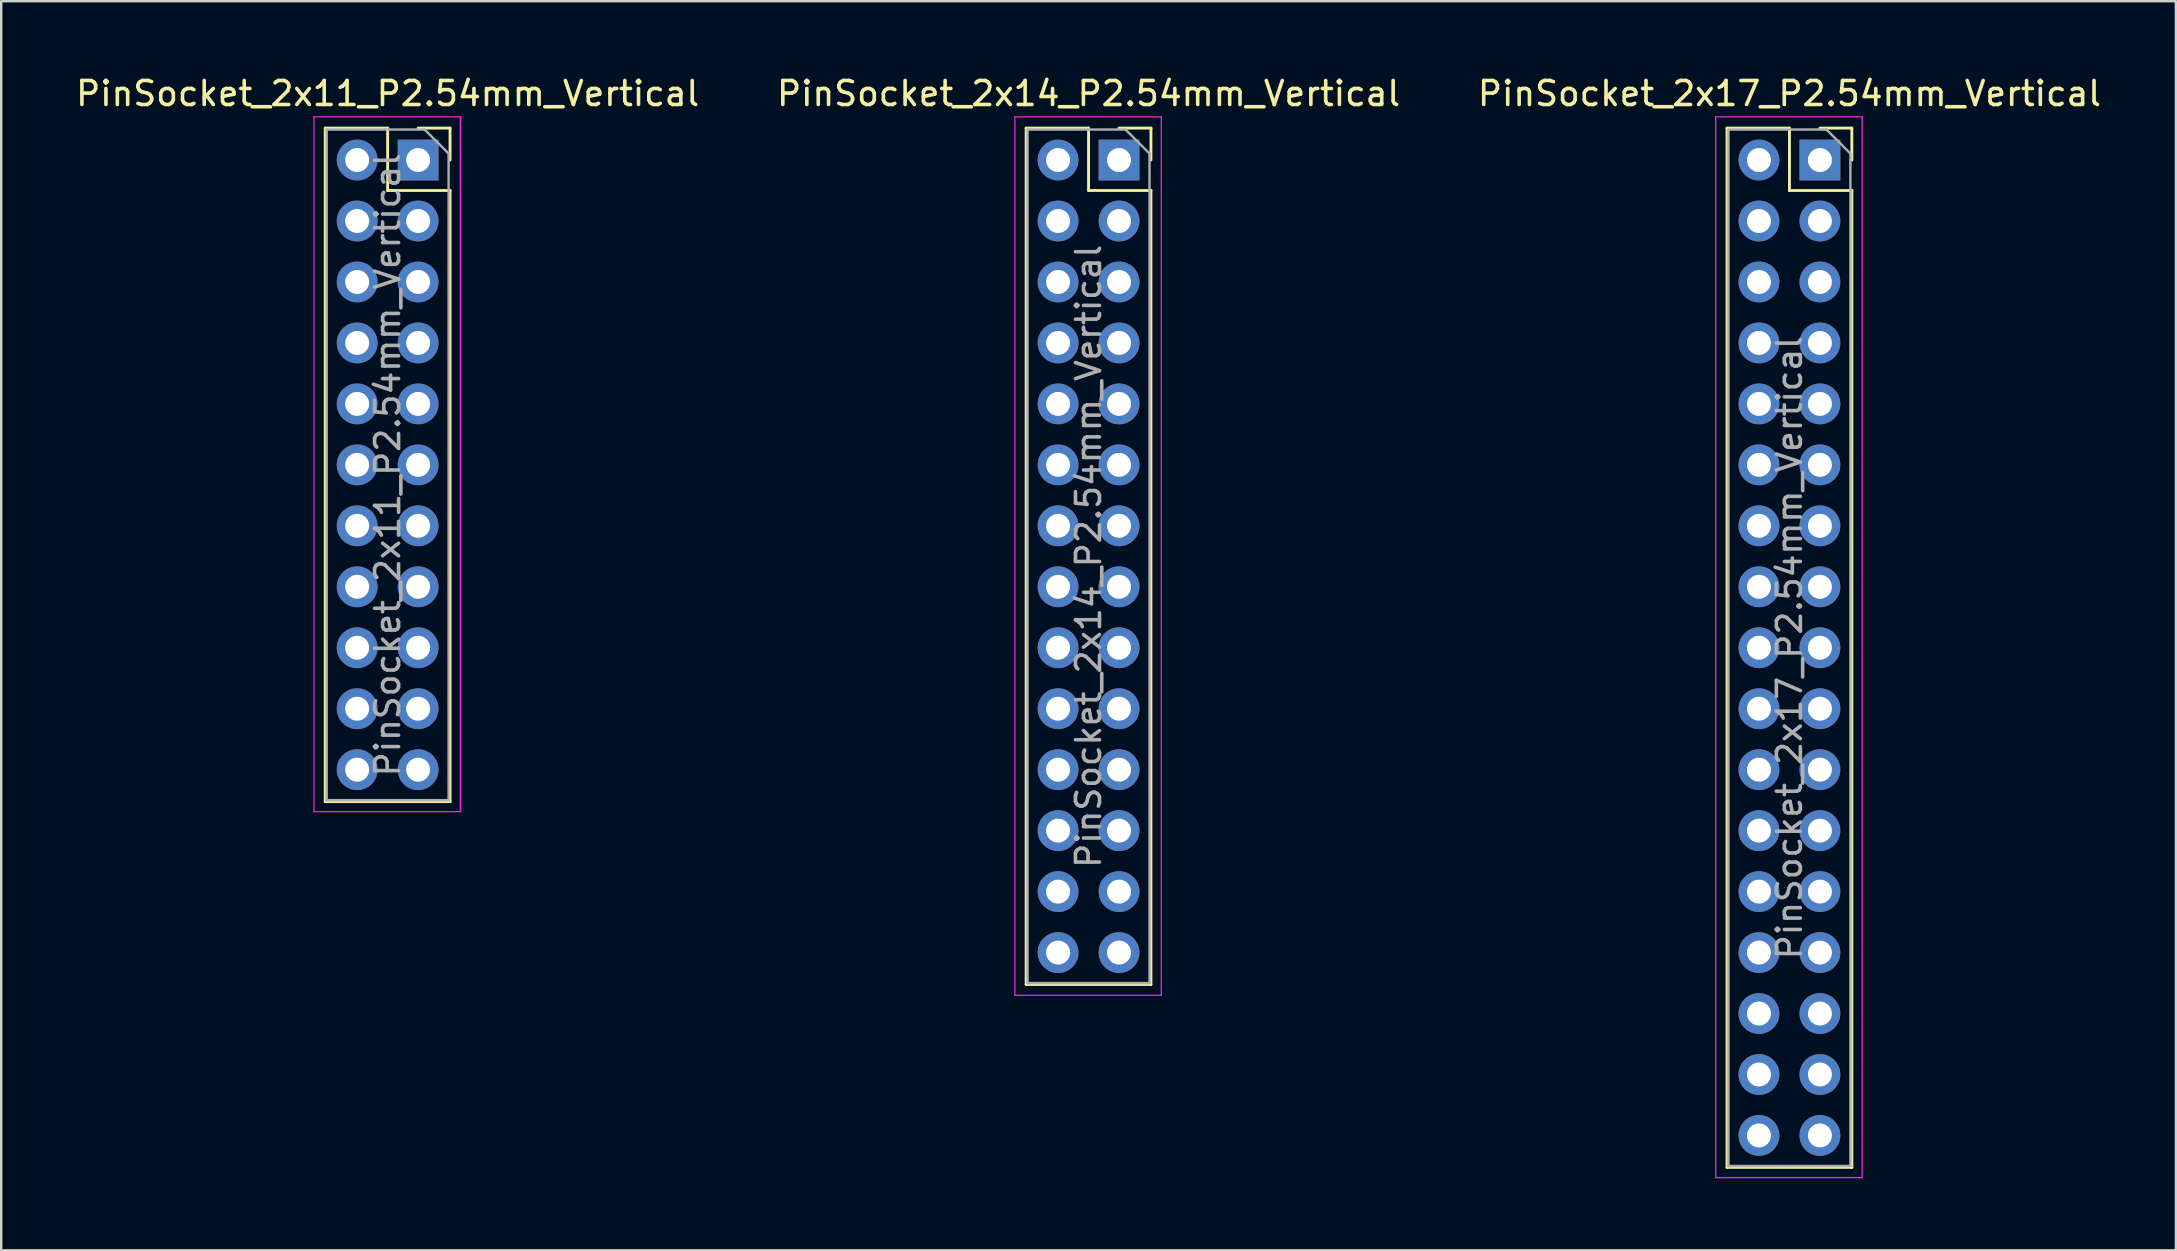
<source format=kicad_pcb>
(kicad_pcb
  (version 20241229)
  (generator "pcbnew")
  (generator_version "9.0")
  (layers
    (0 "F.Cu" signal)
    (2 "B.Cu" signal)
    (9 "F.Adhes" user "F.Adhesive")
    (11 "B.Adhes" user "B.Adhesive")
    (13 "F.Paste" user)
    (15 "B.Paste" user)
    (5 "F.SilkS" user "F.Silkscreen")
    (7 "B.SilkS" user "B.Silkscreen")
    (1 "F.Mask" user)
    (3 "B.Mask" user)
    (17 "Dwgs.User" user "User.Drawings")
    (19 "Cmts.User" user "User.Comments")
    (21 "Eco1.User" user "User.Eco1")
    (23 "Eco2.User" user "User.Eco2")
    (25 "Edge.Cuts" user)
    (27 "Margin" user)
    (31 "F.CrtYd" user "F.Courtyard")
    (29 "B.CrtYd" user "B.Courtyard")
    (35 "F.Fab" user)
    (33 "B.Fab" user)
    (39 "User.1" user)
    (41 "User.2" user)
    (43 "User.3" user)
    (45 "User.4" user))
  (footprint "PinSocket_2x17_P2.54mm_Vertical"
    (layer "F.Cu")
    (at 72.776 3.618)
    (property "Reference" "PinSocket_2x17_P2.54mm_Vertical" (at -1.27 -2.77 0) (layer "F.SilkS") (effects (font (size 1 1) (thickness 0.15))))
    (attr through_hole)
    (fp_line (start -3.87 -1.33) (end -3.87 41.97) (stroke (width 0.12) (type solid)) (layer "F.SilkS"))
    (fp_line (start -3.87 -1.33) (end -1.27 -1.33) (stroke (width 0.12) (type solid)) (layer "F.SilkS"))
    (fp_line (start -3.87 41.97) (end 1.33 41.97) (stroke (width 0.12) (type solid)) (layer "F.SilkS"))
    (fp_line (start -1.27 -1.33) (end -1.27 1.27) (stroke (width 0.12) (type solid)) (layer "F.SilkS"))
    (fp_line (start -1.27 1.27) (end 1.33 1.27) (stroke (width 0.12) (type solid)) (layer "F.SilkS"))
    (fp_line (start 0 -1.33) (end 1.33 -1.33) (stroke (width 0.12) (type solid)) (layer "F.SilkS"))
    (fp_line (start 1.33 -1.33) (end 1.33 0) (stroke (width 0.12) (type solid)) (layer "F.SilkS"))
    (fp_line (start 1.33 1.27) (end 1.33 41.97) (stroke (width 0.12) (type solid)) (layer "F.SilkS"))
    (fp_line (start -4.34 -1.8) (end 1.76 -1.8) (stroke (width 0.05) (type solid)) (layer "F.CrtYd"))
    (fp_line (start -4.34 42.4) (end -4.34 -1.8) (stroke (width 0.05) (type solid)) (layer "F.CrtYd"))
    (fp_line (start 1.76 -1.8) (end 1.76 42.4) (stroke (width 0.05) (type solid)) (layer "F.CrtYd"))
    (fp_line (start 1.76 42.4) (end -4.34 42.4) (stroke (width 0.05) (type solid)) (layer "F.CrtYd"))
    (fp_line (start -3.81 -1.27) (end 0.27 -1.27) (stroke (width 0.1) (type solid)) (layer "F.Fab"))
    (fp_line (start -3.81 41.91) (end -3.81 -1.27) (stroke (width 0.1) (type solid)) (layer "F.Fab"))
    (fp_line (start 0.27 -1.27) (end 1.27 -0.27) (stroke (width 0.1) (type solid)) (layer "F.Fab"))
    (fp_line (start 1.27 -0.27) (end 1.27 41.91) (stroke (width 0.1) (type solid)) (layer "F.Fab"))
    (fp_line (start 1.27 41.91) (end -3.81 41.91) (stroke (width 0.1) (type solid)) (layer "F.Fab"))
    (fp_text user "${REFERENCE}" (at -1.27 20.32 90) (layer "F.Fab") (effects (font (size 1 1) (thickness 0.15))))
    (pad "1" thru_hole rect (at 0 0) (size 1.7 1.7) (drill 1) (layers "*.Cu" "*.Mask"))
    (pad "2" thru_hole oval (at -2.54 0) (size 1.7 1.7) (drill 1) (layers "*.Cu" "*.Mask"))
    (pad "3" thru_hole oval (at 0 2.54) (size 1.7 1.7) (drill 1) (layers "*.Cu" "*.Mask"))
    (pad "4" thru_hole oval (at -2.54 2.54) (size 1.7 1.7) (drill 1) (layers "*.Cu" "*.Mask"))
    (pad "5" thru_hole oval (at 0 5.08) (size 1.7 1.7) (drill 1) (layers "*.Cu" "*.Mask"))
    (pad "6" thru_hole oval (at -2.54 5.08) (size 1.7 1.7) (drill 1) (layers "*.Cu" "*.Mask"))
    (pad "7" thru_hole oval (at 0 7.62) (size 1.7 1.7) (drill 1) (layers "*.Cu" "*.Mask"))
    (pad "8" thru_hole oval (at -2.54 7.62) (size 1.7 1.7) (drill 1) (layers "*.Cu" "*.Mask"))
    (pad "9" thru_hole oval (at 0 10.16) (size 1.7 1.7) (drill 1) (layers "*.Cu" "*.Mask"))
    (pad "10" thru_hole oval (at -2.54 10.16) (size 1.7 1.7) (drill 1) (layers "*.Cu" "*.Mask"))
    (pad "11" thru_hole oval (at 0 12.7) (size 1.7 1.7) (drill 1) (layers "*.Cu" "*.Mask"))
    (pad "12" thru_hole oval (at -2.54 12.7) (size 1.7 1.7) (drill 1) (layers "*.Cu" "*.Mask"))
    (pad "13" thru_hole oval (at 0 15.24) (size 1.7 1.7) (drill 1) (layers "*.Cu" "*.Mask"))
    (pad "14" thru_hole oval (at -2.54 15.24) (size 1.7 1.7) (drill 1) (layers "*.Cu" "*.Mask"))
    (pad "15" thru_hole oval (at 0 17.78) (size 1.7 1.7) (drill 1) (layers "*.Cu" "*.Mask"))
    (pad "16" thru_hole oval (at -2.54 17.78) (size 1.7 1.7) (drill 1) (layers "*.Cu" "*.Mask"))
    (pad "17" thru_hole oval (at 0 20.32) (size 1.7 1.7) (drill 1) (layers "*.Cu" "*.Mask"))
    (pad "18" thru_hole oval (at -2.54 20.32) (size 1.7 1.7) (drill 1) (layers "*.Cu" "*.Mask"))
    (pad "19" thru_hole oval (at 0 22.86) (size 1.7 1.7) (drill 1) (layers "*.Cu" "*.Mask"))
    (pad "20" thru_hole oval (at -2.54 22.86) (size 1.7 1.7) (drill 1) (layers "*.Cu" "*.Mask"))
    (pad "21" thru_hole oval (at 0 25.4) (size 1.7 1.7) (drill 1) (layers "*.Cu" "*.Mask"))
    (pad "22" thru_hole oval (at -2.54 25.4) (size 1.7 1.7) (drill 1) (layers "*.Cu" "*.Mask"))
    (pad "23" thru_hole oval (at 0 27.94) (size 1.7 1.7) (drill 1) (layers "*.Cu" "*.Mask"))
    (pad "24" thru_hole oval (at -2.54 27.94) (size 1.7 1.7) (drill 1) (layers "*.Cu" "*.Mask"))
    (pad "25" thru_hole oval (at 0 30.48) (size 1.7 1.7) (drill 1) (layers "*.Cu" "*.Mask"))
    (pad "26" thru_hole oval (at -2.54 30.48) (size 1.7 1.7) (drill 1) (layers "*.Cu" "*.Mask"))
    (pad "27" thru_hole oval (at 0 33.02) (size 1.7 1.7) (drill 1) (layers "*.Cu" "*.Mask"))
    (pad "28" thru_hole oval (at -2.54 33.02) (size 1.7 1.7) (drill 1) (layers "*.Cu" "*.Mask"))
    (pad "29" thru_hole oval (at 0 35.56) (size 1.7 1.7) (drill 1) (layers "*.Cu" "*.Mask"))
    (pad "30" thru_hole oval (at -2.54 35.56) (size 1.7 1.7) (drill 1) (layers "*.Cu" "*.Mask"))
    (pad "31" thru_hole oval (at 0 38.1) (size 1.7 1.7) (drill 1) (layers "*.Cu" "*.Mask"))
    (pad "32" thru_hole oval (at -2.54 38.1) (size 1.7 1.7) (drill 1) (layers "*.Cu" "*.Mask"))
    (pad "33" thru_hole oval (at 0 40.64) (size 1.7 1.7) (drill 1) (layers "*.Cu" "*.Mask"))
    (pad "34" thru_hole oval (at -2.54 40.64) (size 1.7 1.7) (drill 1) (layers "*.Cu" "*.Mask")))
  (footprint "PinSocket_2x14_P2.54mm_Vertical"
    (layer "F.Cu")
    (at 43.574 3.618)
    (property "Reference" "PinSocket_2x14_P2.54mm_Vertical" (at -1.27 -2.77 0) (layer "F.SilkS") (effects (font (size 1 1) (thickness 0.15))))
    (attr through_hole)
    (fp_line (start -3.87 -1.33) (end -3.87 34.35) (stroke (width 0.12) (type solid)) (layer "F.SilkS"))
    (fp_line (start -3.87 -1.33) (end -1.27 -1.33) (stroke (width 0.12) (type solid)) (layer "F.SilkS"))
    (fp_line (start -3.87 34.35) (end 1.33 34.35) (stroke (width 0.12) (type solid)) (layer "F.SilkS"))
    (fp_line (start -1.27 -1.33) (end -1.27 1.27) (stroke (width 0.12) (type solid)) (layer "F.SilkS"))
    (fp_line (start -1.27 1.27) (end 1.33 1.27) (stroke (width 0.12) (type solid)) (layer "F.SilkS"))
    (fp_line (start 0 -1.33) (end 1.33 -1.33) (stroke (width 0.12) (type solid)) (layer "F.SilkS"))
    (fp_line (start 1.33 -1.33) (end 1.33 0) (stroke (width 0.12) (type solid)) (layer "F.SilkS"))
    (fp_line (start 1.33 1.27) (end 1.33 34.35) (stroke (width 0.12) (type solid)) (layer "F.SilkS"))
    (fp_line (start -4.34 -1.8) (end 1.76 -1.8) (stroke (width 0.05) (type solid)) (layer "F.CrtYd"))
    (fp_line (start -4.34 34.8) (end -4.34 -1.8) (stroke (width 0.05) (type solid)) (layer "F.CrtYd"))
    (fp_line (start 1.76 -1.8) (end 1.76 34.8) (stroke (width 0.05) (type solid)) (layer "F.CrtYd"))
    (fp_line (start 1.76 34.8) (end -4.34 34.8) (stroke (width 0.05) (type solid)) (layer "F.CrtYd"))
    (fp_line (start -3.81 -1.27) (end 0.27 -1.27) (stroke (width 0.1) (type solid)) (layer "F.Fab"))
    (fp_line (start -3.81 34.29) (end -3.81 -1.27) (stroke (width 0.1) (type solid)) (layer "F.Fab"))
    (fp_line (start 0.27 -1.27) (end 1.27 -0.27) (stroke (width 0.1) (type solid)) (layer "F.Fab"))
    (fp_line (start 1.27 -0.27) (end 1.27 34.29) (stroke (width 0.1) (type solid)) (layer "F.Fab"))
    (fp_line (start 1.27 34.29) (end -3.81 34.29) (stroke (width 0.1) (type solid)) (layer "F.Fab"))
    (fp_text user "${REFERENCE}" (at -1.27 16.51 90) (layer "F.Fab") (effects (font (size 1 1) (thickness 0.15))))
    (pad "1" thru_hole rect (at 0 0) (size 1.7 1.7) (drill 1) (layers "*.Cu" "*.Mask"))
    (pad "2" thru_hole oval (at -2.54 0) (size 1.7 1.7) (drill 1) (layers "*.Cu" "*.Mask"))
    (pad "3" thru_hole oval (at 0 2.54) (size 1.7 1.7) (drill 1) (layers "*.Cu" "*.Mask"))
    (pad "4" thru_hole oval (at -2.54 2.54) (size 1.7 1.7) (drill 1) (layers "*.Cu" "*.Mask"))
    (pad "5" thru_hole oval (at 0 5.08) (size 1.7 1.7) (drill 1) (layers "*.Cu" "*.Mask"))
    (pad "6" thru_hole oval (at -2.54 5.08) (size 1.7 1.7) (drill 1) (layers "*.Cu" "*.Mask"))
    (pad "7" thru_hole oval (at 0 7.62) (size 1.7 1.7) (drill 1) (layers "*.Cu" "*.Mask"))
    (pad "8" thru_hole oval (at -2.54 7.62) (size 1.7 1.7) (drill 1) (layers "*.Cu" "*.Mask"))
    (pad "9" thru_hole oval (at 0 10.16) (size 1.7 1.7) (drill 1) (layers "*.Cu" "*.Mask"))
    (pad "10" thru_hole oval (at -2.54 10.16) (size 1.7 1.7) (drill 1) (layers "*.Cu" "*.Mask"))
    (pad "11" thru_hole oval (at 0 12.7) (size 1.7 1.7) (drill 1) (layers "*.Cu" "*.Mask"))
    (pad "12" thru_hole oval (at -2.54 12.7) (size 1.7 1.7) (drill 1) (layers "*.Cu" "*.Mask"))
    (pad "13" thru_hole oval (at 0 15.24) (size 1.7 1.7) (drill 1) (layers "*.Cu" "*.Mask"))
    (pad "14" thru_hole oval (at -2.54 15.24) (size 1.7 1.7) (drill 1) (layers "*.Cu" "*.Mask"))
    (pad "15" thru_hole oval (at 0 17.78) (size 1.7 1.7) (drill 1) (layers "*.Cu" "*.Mask"))
    (pad "16" thru_hole oval (at -2.54 17.78) (size 1.7 1.7) (drill 1) (layers "*.Cu" "*.Mask"))
    (pad "17" thru_hole oval (at 0 20.32) (size 1.7 1.7) (drill 1) (layers "*.Cu" "*.Mask"))
    (pad "18" thru_hole oval (at -2.54 20.32) (size 1.7 1.7) (drill 1) (layers "*.Cu" "*.Mask"))
    (pad "19" thru_hole oval (at 0 22.86) (size 1.7 1.7) (drill 1) (layers "*.Cu" "*.Mask"))
    (pad "20" thru_hole oval (at -2.54 22.86) (size 1.7 1.7) (drill 1) (layers "*.Cu" "*.Mask"))
    (pad "21" thru_hole oval (at 0 25.4) (size 1.7 1.7) (drill 1) (layers "*.Cu" "*.Mask"))
    (pad "22" thru_hole oval (at -2.54 25.4) (size 1.7 1.7) (drill 1) (layers "*.Cu" "*.Mask"))
    (pad "23" thru_hole oval (at 0 27.94) (size 1.7 1.7) (drill 1) (layers "*.Cu" "*.Mask"))
    (pad "24" thru_hole oval (at -2.54 27.94) (size 1.7 1.7) (drill 1) (layers "*.Cu" "*.Mask"))
    (pad "25" thru_hole oval (at 0 30.48) (size 1.7 1.7) (drill 1) (layers "*.Cu" "*.Mask"))
    (pad "26" thru_hole oval (at -2.54 30.48) (size 1.7 1.7) (drill 1) (layers "*.Cu" "*.Mask"))
    (pad "27" thru_hole oval (at 0 33.02) (size 1.7 1.7) (drill 1) (layers "*.Cu" "*.Mask"))
    (pad "28" thru_hole oval (at -2.54 33.02) (size 1.7 1.7) (drill 1) (layers "*.Cu" "*.Mask")))
  (footprint "PinSocket_2x11_P2.54mm_Vertical"
    (layer "F.Cu")
    (at 14.371 3.618)
    (property "Reference" "PinSocket_2x11_P2.54mm_Vertical" (at -1.27 -2.77 0) (layer "F.SilkS") (effects (font (size 1 1) (thickness 0.15))))
    (attr through_hole)
    (fp_line (start -3.87 -1.33) (end -3.87 26.73) (stroke (width 0.12) (type solid)) (layer "F.SilkS"))
    (fp_line (start -3.87 -1.33) (end -1.27 -1.33) (stroke (width 0.12) (type solid)) (layer "F.SilkS"))
    (fp_line (start -3.87 26.73) (end 1.33 26.73) (stroke (width 0.12) (type solid)) (layer "F.SilkS"))
    (fp_line (start -1.27 -1.33) (end -1.27 1.27) (stroke (width 0.12) (type solid)) (layer "F.SilkS"))
    (fp_line (start -1.27 1.27) (end 1.33 1.27) (stroke (width 0.12) (type solid)) (layer "F.SilkS"))
    (fp_line (start 0 -1.33) (end 1.33 -1.33) (stroke (width 0.12) (type solid)) (layer "F.SilkS"))
    (fp_line (start 1.33 -1.33) (end 1.33 0) (stroke (width 0.12) (type solid)) (layer "F.SilkS"))
    (fp_line (start 1.33 1.27) (end 1.33 26.73) (stroke (width 0.12) (type solid)) (layer "F.SilkS"))
    (fp_line (start -4.34 -1.8) (end 1.76 -1.8) (stroke (width 0.05) (type solid)) (layer "F.CrtYd"))
    (fp_line (start -4.34 27.15) (end -4.34 -1.8) (stroke (width 0.05) (type solid)) (layer "F.CrtYd"))
    (fp_line (start 1.76 -1.8) (end 1.76 27.15) (stroke (width 0.05) (type solid)) (layer "F.CrtYd"))
    (fp_line (start 1.76 27.15) (end -4.34 27.15) (stroke (width 0.05) (type solid)) (layer "F.CrtYd"))
    (fp_line (start -3.81 -1.27) (end 0.27 -1.27) (stroke (width 0.1) (type solid)) (layer "F.Fab"))
    (fp_line (start -3.81 26.67) (end -3.81 -1.27) (stroke (width 0.1) (type solid)) (layer "F.Fab"))
    (fp_line (start 0.27 -1.27) (end 1.27 -0.27) (stroke (width 0.1) (type solid)) (layer "F.Fab"))
    (fp_line (start 1.27 -0.27) (end 1.27 26.67) (stroke (width 0.1) (type solid)) (layer "F.Fab"))
    (fp_line (start 1.27 26.67) (end -3.81 26.67) (stroke (width 0.1) (type solid)) (layer "F.Fab"))
    (fp_text user "${REFERENCE}" (at -1.27 12.7 90) (layer "F.Fab") (effects (font (size 1 1) (thickness 0.15))))
    (pad "1" thru_hole rect (at 0 0) (size 1.7 1.7) (drill 1) (layers "*.Cu" "*.Mask"))
    (pad "2" thru_hole oval (at -2.54 0) (size 1.7 1.7) (drill 1) (layers "*.Cu" "*.Mask"))
    (pad "3" thru_hole oval (at 0 2.54) (size 1.7 1.7) (drill 1) (layers "*.Cu" "*.Mask"))
    (pad "4" thru_hole oval (at -2.54 2.54) (size 1.7 1.7) (drill 1) (layers "*.Cu" "*.Mask"))
    (pad "5" thru_hole oval (at 0 5.08) (size 1.7 1.7) (drill 1) (layers "*.Cu" "*.Mask"))
    (pad "6" thru_hole oval (at -2.54 5.08) (size 1.7 1.7) (drill 1) (layers "*.Cu" "*.Mask"))
    (pad "7" thru_hole oval (at 0 7.62) (size 1.7 1.7) (drill 1) (layers "*.Cu" "*.Mask"))
    (pad "8" thru_hole oval (at -2.54 7.62) (size 1.7 1.7) (drill 1) (layers "*.Cu" "*.Mask"))
    (pad "9" thru_hole oval (at 0 10.16) (size 1.7 1.7) (drill 1) (layers "*.Cu" "*.Mask"))
    (pad "10" thru_hole oval (at -2.54 10.16) (size 1.7 1.7) (drill 1) (layers "*.Cu" "*.Mask"))
    (pad "11" thru_hole oval (at 0 12.7) (size 1.7 1.7) (drill 1) (layers "*.Cu" "*.Mask"))
    (pad "12" thru_hole oval (at -2.54 12.7) (size 1.7 1.7) (drill 1) (layers "*.Cu" "*.Mask"))
    (pad "13" thru_hole oval (at 0 15.24) (size 1.7 1.7) (drill 1) (layers "*.Cu" "*.Mask"))
    (pad "14" thru_hole oval (at -2.54 15.24) (size 1.7 1.7) (drill 1) (layers "*.Cu" "*.Mask"))
    (pad "15" thru_hole oval (at 0 17.78) (size 1.7 1.7) (drill 1) (layers "*.Cu" "*.Mask"))
    (pad "16" thru_hole oval (at -2.54 17.78) (size 1.7 1.7) (drill 1) (layers "*.Cu" "*.Mask"))
    (pad "17" thru_hole oval (at 0 20.32) (size 1.7 1.7) (drill 1) (layers "*.Cu" "*.Mask"))
    (pad "18" thru_hole oval (at -2.54 20.32) (size 1.7 1.7) (drill 1) (layers "*.Cu" "*.Mask"))
    (pad "19" thru_hole oval (at 0 22.86) (size 1.7 1.7) (drill 1) (layers "*.Cu" "*.Mask"))
    (pad "20" thru_hole oval (at -2.54 22.86) (size 1.7 1.7) (drill 1) (layers "*.Cu" "*.Mask"))
    (pad "21" thru_hole oval (at 0 25.4) (size 1.7 1.7) (drill 1) (layers "*.Cu" "*.Mask"))
    (pad "22" thru_hole oval (at -2.54 25.4) (size 1.7 1.7) (drill 1) (layers "*.Cu" "*.Mask")))
  (gr_rect
    (start -3 -3)
    (end 87.607 49.043)
    (stroke (width 0.1) (type default))
    (fill no)
    (layer "Edge.Cuts")))
</source>
